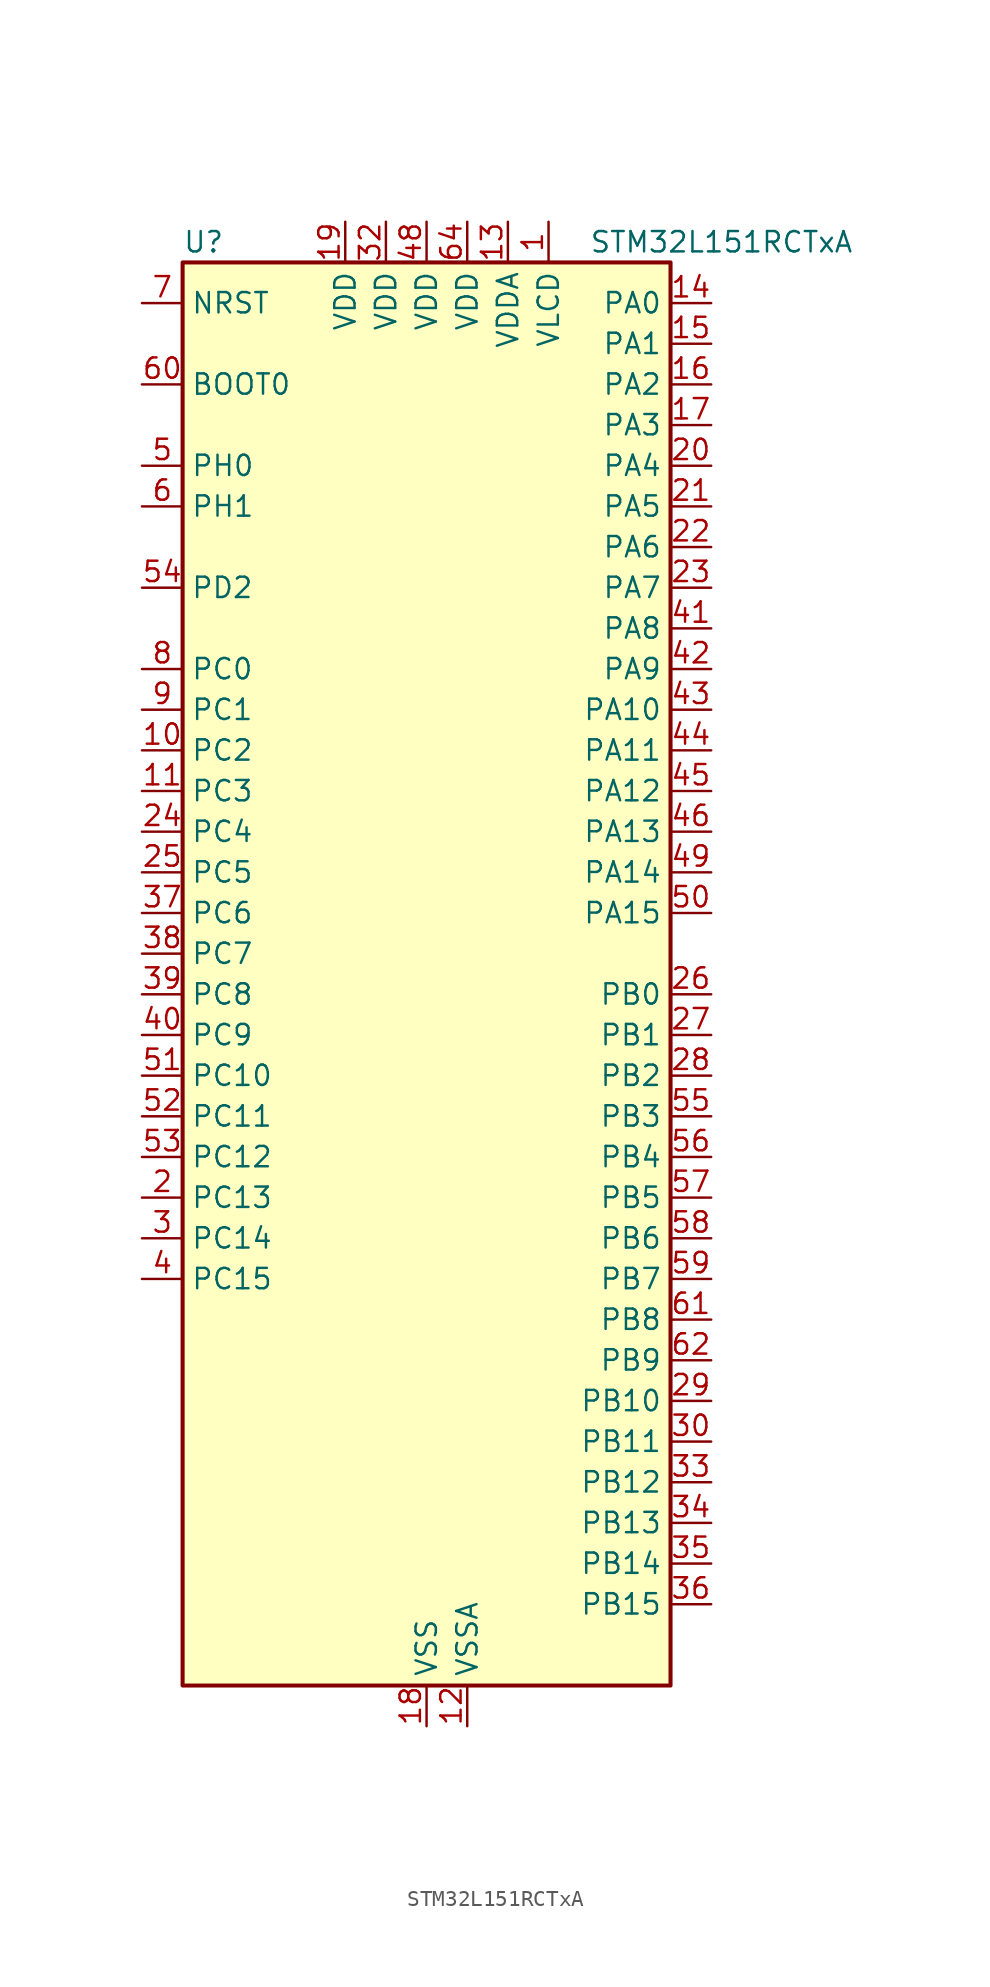
<source format=kicad_sym>
(kicad_symbol_lib
  (version 20231120)
  (generator "kicad-library-utils")
  (generator_version "8.0")
  (symbol "STM32L151RCTxA"
    (property "Reference" "U"
      (at -15.24 46.99 0)
      (effects (font (size 1.27 1.27)) (justify left)))
    (property "Value" "STM32L151RCTxA"
      (at 10.16 46.99 0)
      (effects (font (size 1.27 1.27)) (justify left)))
    (symbol "STM32L151RCTxA_0_1"
      (rectangle (start -15.24 -43.18) (end 15.24 45.72) (stroke (width 0.254) (type default)) (fill (type background))))
    (symbol "STM32L151RCTxA_1_1"
      (pin power_in line (at 7.62 48.26 270) (length 2.54) (name "VLCD" (effects (font (size 1.27 1.27)))) (number "1" (effects (font (size 1.27 1.27)))))
      (pin bidirectional line (at -17.78 15.24 0) (length 2.54) (name "PC2" (effects (font (size 1.27 1.27)))) (number "10" (effects (font (size 1.27 1.27)))) (alternate "ADC_IN12" bidirectional line) (alternate "COMP1_INP" bidirectional line) (alternate "TIMX_IC3" bidirectional line) (alternate "TS_G8_IO3" bidirectional line))
      (pin bidirectional line (at -17.78 12.7 0) (length 2.54) (name "PC3" (effects (font (size 1.27 1.27)))) (number "11" (effects (font (size 1.27 1.27)))) (alternate "ADC_IN13" bidirectional line) (alternate "COMP1_INP" bidirectional line) (alternate "TIMX_IC4" bidirectional line) (alternate "TS_G8_IO4" bidirectional line))
      (pin power_in line (at 2.54 -45.72 90) (length 2.54) (name "VSSA" (effects (font (size 1.27 1.27)))) (number "12" (effects (font (size 1.27 1.27)))))
      (pin power_in line (at 5.08 48.26 270) (length 2.54) (name "VDDA" (effects (font (size 1.27 1.27)))) (number "13" (effects (font (size 1.27 1.27)))))
      (pin bidirectional line (at 17.78 43.18 180) (length 2.54) (name "PA0" (effects (font (size 1.27 1.27)))) (number "14" (effects (font (size 1.27 1.27)))) (alternate "ADC_IN0" bidirectional line) (alternate "COMP1_INP" bidirectional line) (alternate "RTC_TAMP2" bidirectional line) (alternate "SYS_WKUP1" bidirectional line) (alternate "TIM2_CH1" bidirectional line) (alternate "TIM2_ETR" bidirectional line) (alternate "TIM5_CH1" bidirectional line) (alternate "TIMX_IC1" bidirectional line) (alternate "TS_G1_IO1" bidirectional line) (alternate "USART2_CTS" bidirectional line))
      (pin bidirectional line (at 17.78 40.64 180) (length 2.54) (name "PA1" (effects (font (size 1.27 1.27)))) (number "15" (effects (font (size 1.27 1.27)))) (alternate "ADC_IN1" bidirectional line) (alternate "COMP1_INP" bidirectional line) (alternate "OPAMP1_VINP" bidirectional line) (alternate "TIM2_CH2" bidirectional line) (alternate "TIM5_CH2" bidirectional line) (alternate "TIMX_IC2" bidirectional line) (alternate "TS_G1_IO2" bidirectional line) (alternate "USART2_RTS" bidirectional line))
      (pin bidirectional line (at 17.78 38.1 180) (length 2.54) (name "PA2" (effects (font (size 1.27 1.27)))) (number "16" (effects (font (size 1.27 1.27)))) (alternate "ADC_IN2" bidirectional line) (alternate "COMP1_INP" bidirectional line) (alternate "OPAMP1_VINM" bidirectional line) (alternate "TIM2_CH3" bidirectional line) (alternate "TIM5_CH3" bidirectional line) (alternate "TIM9_CH1" bidirectional line) (alternate "TIMX_IC3" bidirectional line) (alternate "TS_G1_IO3" bidirectional line) (alternate "USART2_TX" bidirectional line))
      (pin bidirectional line (at 17.78 35.56 180) (length 2.54) (name "PA3" (effects (font (size 1.27 1.27)))) (number "17" (effects (font (size 1.27 1.27)))) (alternate "ADC_IN3" bidirectional line) (alternate "COMP1_INP" bidirectional line) (alternate "OPAMP1_VOUT" bidirectional line) (alternate "TIM2_CH4" bidirectional line) (alternate "TIM5_CH4" bidirectional line) (alternate "TIM9_CH2" bidirectional line) (alternate "TIMX_IC4" bidirectional line) (alternate "TS_G1_IO4" bidirectional line) (alternate "USART2_RX" bidirectional line))
      (pin power_in line (at 0 -45.72 90) (length 2.54) (name "VSS" (effects (font (size 1.27 1.27)))) (number "18" (effects (font (size 1.27 1.27)))))
      (pin power_in line (at -5.08 48.26 270) (length 2.54) (name "VDD" (effects (font (size 1.27 1.27)))) (number "19" (effects (font (size 1.27 1.27)))))
      (pin bidirectional line (at -17.78 -12.7 0) (length 2.54) (name "PC13" (effects (font (size 1.27 1.27)))) (number "2" (effects (font (size 1.27 1.27)))) (alternate "RTC_OUT_ALARM" bidirectional line) (alternate "RTC_OUT_CALIB" bidirectional line) (alternate "RTC_TAMP1" bidirectional line) (alternate "RTC_TS" bidirectional line) (alternate "SYS_WKUP2" bidirectional line) (alternate "TIMX_IC2" bidirectional line))
      (pin bidirectional line (at 17.78 33.02 180) (length 2.54) (name "PA4" (effects (font (size 1.27 1.27)))) (number "20" (effects (font (size 1.27 1.27)))) (alternate "ADC_IN4" bidirectional line) (alternate "COMP1_INP" bidirectional line) (alternate "DAC_OUT1" bidirectional line) (alternate "I2S3_WS" bidirectional line) (alternate "SPI1_NSS" bidirectional line) (alternate "SPI3_NSS" bidirectional line) (alternate "TIMX_IC1" bidirectional line) (alternate "USART2_CK" bidirectional line))
      (pin bidirectional line (at 17.78 30.48 180) (length 2.54) (name "PA5" (effects (font (size 1.27 1.27)))) (number "21" (effects (font (size 1.27 1.27)))) (alternate "ADC_IN5" bidirectional line) (alternate "COMP1_INP" bidirectional line) (alternate "DAC_OUT2" bidirectional line) (alternate "SPI1_SCK" bidirectional line) (alternate "TIM2_CH1" bidirectional line) (alternate "TIM2_ETR" bidirectional line) (alternate "TIMX_IC2" bidirectional line))
      (pin bidirectional line (at 17.78 27.94 180) (length 2.54) (name "PA6" (effects (font (size 1.27 1.27)))) (number "22" (effects (font (size 1.27 1.27)))) (alternate "ADC_IN6" bidirectional line) (alternate "COMP1_INP" bidirectional line) (alternate "OPAMP2_VINP" bidirectional line) (alternate "SPI1_MISO" bidirectional line) (alternate "TIM10_CH1" bidirectional line) (alternate "TIM3_CH1" bidirectional line) (alternate "TIMX_IC3" bidirectional line) (alternate "TS_G2_IO1" bidirectional line))
      (pin bidirectional line (at 17.78 25.4 180) (length 2.54) (name "PA7" (effects (font (size 1.27 1.27)))) (number "23" (effects (font (size 1.27 1.27)))) (alternate "ADC_IN7" bidirectional line) (alternate "COMP1_INP" bidirectional line) (alternate "OPAMP2_VINM" bidirectional line) (alternate "SPI1_MOSI" bidirectional line) (alternate "TIM11_CH1" bidirectional line) (alternate "TIM3_CH2" bidirectional line) (alternate "TIMX_IC4" bidirectional line) (alternate "TS_G2_IO2" bidirectional line))
      (pin bidirectional line (at -17.78 10.16 0) (length 2.54) (name "PC4" (effects (font (size 1.27 1.27)))) (number "24" (effects (font (size 1.27 1.27)))) (alternate "ADC_IN14" bidirectional line) (alternate "COMP1_INP" bidirectional line) (alternate "TIMX_IC1" bidirectional line) (alternate "TS_G9_IO1" bidirectional line))
      (pin bidirectional line (at -17.78 7.62 0) (length 2.54) (name "PC5" (effects (font (size 1.27 1.27)))) (number "25" (effects (font (size 1.27 1.27)))) (alternate "ADC_IN15" bidirectional line) (alternate "COMP1_INP" bidirectional line) (alternate "TIMX_IC2" bidirectional line) (alternate "TS_G9_IO2" bidirectional line))
      (pin bidirectional line (at 17.78 0 180) (length 2.54) (name "PB0" (effects (font (size 1.27 1.27)))) (number "26" (effects (font (size 1.27 1.27)))) (alternate "ADC_IN8" bidirectional line) (alternate "COMP1_INP" bidirectional line) (alternate "OPAMP2_VOUT" bidirectional line) (alternate "SYS_V_REF_OUT" bidirectional line) (alternate "TIM3_CH3" bidirectional line) (alternate "TS_G3_IO1" bidirectional line))
      (pin bidirectional line (at 17.78 -2.54 180) (length 2.54) (name "PB1" (effects (font (size 1.27 1.27)))) (number "27" (effects (font (size 1.27 1.27)))) (alternate "ADC_IN9" bidirectional line) (alternate "COMP1_INP" bidirectional line) (alternate "SYS_V_REF_OUT" bidirectional line) (alternate "TIM3_CH4" bidirectional line) (alternate "TS_G3_IO2" bidirectional line))
      (pin bidirectional line (at 17.78 -5.08 180) (length 2.54) (name "PB2" (effects (font (size 1.27 1.27)))) (number "28" (effects (font (size 1.27 1.27)))) (alternate "TS_G3_IO3" bidirectional line))
      (pin bidirectional line (at 17.78 -25.4 180) (length 2.54) (name "PB10" (effects (font (size 1.27 1.27)))) (number "29" (effects (font (size 1.27 1.27)))) (alternate "I2C2_SCL" bidirectional line) (alternate "TIM2_CH3" bidirectional line) (alternate "USART3_TX" bidirectional line))
      (pin bidirectional line (at -17.78 -15.24 0) (length 2.54) (name "PC14" (effects (font (size 1.27 1.27)))) (number "3" (effects (font (size 1.27 1.27)))) (alternate "RCC_OSC32_IN" bidirectional line) (alternate "TIMX_IC3" bidirectional line))
      (pin bidirectional line (at 17.78 -27.94 180) (length 2.54) (name "PB11" (effects (font (size 1.27 1.27)))) (number "30" (effects (font (size 1.27 1.27)))) (alternate "ADC_EXTI11" bidirectional line) (alternate "I2C2_SDA" bidirectional line) (alternate "TIM2_CH4" bidirectional line) (alternate "USART3_RX" bidirectional line))
      (pin passive line (at 0 -45.72 90) (length 2.54) hide (name "VSS" (effects (font (size 1.27 1.27)))) (number "31" (effects (font (size 1.27 1.27)))))
      (pin power_in line (at -2.54 48.26 270) (length 2.54) (name "VDD" (effects (font (size 1.27 1.27)))) (number "32" (effects (font (size 1.27 1.27)))))
      (pin bidirectional line (at 17.78 -30.48 180) (length 2.54) (name "PB12" (effects (font (size 1.27 1.27)))) (number "33" (effects (font (size 1.27 1.27)))) (alternate "ADC_IN18" bidirectional line) (alternate "COMP1_INP" bidirectional line) (alternate "I2C2_SMBA" bidirectional line) (alternate "I2S2_WS" bidirectional line) (alternate "SPI2_NSS" bidirectional line) (alternate "TIM10_CH1" bidirectional line) (alternate "TS_G7_IO1" bidirectional line) (alternate "USART3_CK" bidirectional line))
      (pin bidirectional line (at 17.78 -33.02 180) (length 2.54) (name "PB13" (effects (font (size 1.27 1.27)))) (number "34" (effects (font (size 1.27 1.27)))) (alternate "ADC_IN19" bidirectional line) (alternate "COMP1_INP" bidirectional line) (alternate "I2S2_CK" bidirectional line) (alternate "SPI2_SCK" bidirectional line) (alternate "TIM9_CH1" bidirectional line) (alternate "TS_G7_IO2" bidirectional line) (alternate "USART3_CTS" bidirectional line))
      (pin bidirectional line (at 17.78 -35.56 180) (length 2.54) (name "PB14" (effects (font (size 1.27 1.27)))) (number "35" (effects (font (size 1.27 1.27)))) (alternate "ADC_IN20" bidirectional line) (alternate "COMP1_INP" bidirectional line) (alternate "SPI2_MISO" bidirectional line) (alternate "TIM9_CH2" bidirectional line) (alternate "TS_G7_IO3" bidirectional line) (alternate "USART3_RTS" bidirectional line))
      (pin bidirectional line (at 17.78 -38.1 180) (length 2.54) (name "PB15" (effects (font (size 1.27 1.27)))) (number "36" (effects (font (size 1.27 1.27)))) (alternate "ADC_EXTI15" bidirectional line) (alternate "ADC_IN21" bidirectional line) (alternate "COMP1_INP" bidirectional line) (alternate "I2S2_SD" bidirectional line) (alternate "RTC_REFIN" bidirectional line) (alternate "SPI2_MOSI" bidirectional line) (alternate "TIM11_CH1" bidirectional line) (alternate "TS_G7_IO4" bidirectional line))
      (pin bidirectional line (at -17.78 5.08 0) (length 2.54) (name "PC6" (effects (font (size 1.27 1.27)))) (number "37" (effects (font (size 1.27 1.27)))) (alternate "I2S2_MCK" bidirectional line) (alternate "TIM3_CH1" bidirectional line) (alternate "TIMX_IC3" bidirectional line) (alternate "TS_G10_IO1" bidirectional line))
      (pin bidirectional line (at -17.78 2.54 0) (length 2.54) (name "PC7" (effects (font (size 1.27 1.27)))) (number "38" (effects (font (size 1.27 1.27)))) (alternate "I2S3_MCK" bidirectional line) (alternate "TIM3_CH2" bidirectional line) (alternate "TIMX_IC4" bidirectional line) (alternate "TS_G10_IO2" bidirectional line))
      (pin bidirectional line (at -17.78 0 0) (length 2.54) (name "PC8" (effects (font (size 1.27 1.27)))) (number "39" (effects (font (size 1.27 1.27)))) (alternate "TIM3_CH3" bidirectional line) (alternate "TIMX_IC1" bidirectional line) (alternate "TS_G10_IO3" bidirectional line))
      (pin bidirectional line (at -17.78 -17.78 0) (length 2.54) (name "PC15" (effects (font (size 1.27 1.27)))) (number "4" (effects (font (size 1.27 1.27)))) (alternate "ADC_EXTI15" bidirectional line) (alternate "RCC_OSC32_OUT" bidirectional line) (alternate "TIMX_IC4" bidirectional line))
      (pin bidirectional line (at -17.78 -2.54 0) (length 2.54) (name "PC9" (effects (font (size 1.27 1.27)))) (number "40" (effects (font (size 1.27 1.27)))) (alternate "DAC_EXTI9" bidirectional line) (alternate "TIM3_CH4" bidirectional line) (alternate "TIMX_IC2" bidirectional line) (alternate "TS_G10_IO4" bidirectional line))
      (pin bidirectional line (at 17.78 22.86 180) (length 2.54) (name "PA8" (effects (font (size 1.27 1.27)))) (number "41" (effects (font (size 1.27 1.27)))) (alternate "RCC_MCO" bidirectional line) (alternate "TIMX_IC1" bidirectional line) (alternate "TS_G4_IO1" bidirectional line) (alternate "USART1_CK" bidirectional line))
      (pin bidirectional line (at 17.78 20.32 180) (length 2.54) (name "PA9" (effects (font (size 1.27 1.27)))) (number "42" (effects (font (size 1.27 1.27)))) (alternate "DAC_EXTI9" bidirectional line) (alternate "TIMX_IC2" bidirectional line) (alternate "TS_G4_IO2" bidirectional line) (alternate "USART1_TX" bidirectional line))
      (pin bidirectional line (at 17.78 17.78 180) (length 2.54) (name "PA10" (effects (font (size 1.27 1.27)))) (number "43" (effects (font (size 1.27 1.27)))) (alternate "TIMX_IC3" bidirectional line) (alternate "TS_G4_IO3" bidirectional line) (alternate "USART1_RX" bidirectional line))
      (pin bidirectional line (at 17.78 15.24 180) (length 2.54) (name "PA11" (effects (font (size 1.27 1.27)))) (number "44" (effects (font (size 1.27 1.27)))) (alternate "ADC_EXTI11" bidirectional line) (alternate "SPI1_MISO" bidirectional line) (alternate "TIMX_IC4" bidirectional line) (alternate "USART1_CTS" bidirectional line) (alternate "USB_DM" bidirectional line))
      (pin bidirectional line (at 17.78 12.7 180) (length 2.54) (name "PA12" (effects (font (size 1.27 1.27)))) (number "45" (effects (font (size 1.27 1.27)))) (alternate "SPI1_MOSI" bidirectional line) (alternate "TIMX_IC1" bidirectional line) (alternate "USART1_RTS" bidirectional line) (alternate "USB_DP" bidirectional line))
      (pin bidirectional line (at 17.78 10.16 180) (length 2.54) (name "PA13" (effects (font (size 1.27 1.27)))) (number "46" (effects (font (size 1.27 1.27)))) (alternate "SYS_JTMS-SWDIO" bidirectional line) (alternate "TIMX_IC2" bidirectional line) (alternate "TS_G5_IO1" bidirectional line))
      (pin passive line (at 0 -45.72 90) (length 2.54) hide (name "VSS" (effects (font (size 1.27 1.27)))) (number "47" (effects (font (size 1.27 1.27)))))
      (pin power_in line (at 0 48.26 270) (length 2.54) (name "VDD" (effects (font (size 1.27 1.27)))) (number "48" (effects (font (size 1.27 1.27)))))
      (pin bidirectional line (at 17.78 7.62 180) (length 2.54) (name "PA14" (effects (font (size 1.27 1.27)))) (number "49" (effects (font (size 1.27 1.27)))) (alternate "SYS_JTCK-SWCLK" bidirectional line) (alternate "TIMX_IC3" bidirectional line) (alternate "TS_G5_IO2" bidirectional line))
      (pin bidirectional line (at -17.78 33.02 0) (length 2.54) (name "PH0" (effects (font (size 1.27 1.27)))) (number "5" (effects (font (size 1.27 1.27)))) (alternate "RCC_OSC_IN" bidirectional line))
      (pin bidirectional line (at 17.78 5.08 180) (length 2.54) (name "PA15" (effects (font (size 1.27 1.27)))) (number "50" (effects (font (size 1.27 1.27)))) (alternate "ADC_EXTI15" bidirectional line) (alternate "I2S3_WS" bidirectional line) (alternate "SPI1_NSS" bidirectional line) (alternate "SPI3_NSS" bidirectional line) (alternate "SYS_JTDI" bidirectional line) (alternate "TIM2_CH1" bidirectional line) (alternate "TIM2_ETR" bidirectional line) (alternate "TIMX_IC4" bidirectional line) (alternate "TS_G5_IO3" bidirectional line))
      (pin bidirectional line (at -17.78 -5.08 0) (length 2.54) (name "PC10" (effects (font (size 1.27 1.27)))) (number "51" (effects (font (size 1.27 1.27)))) (alternate "I2S3_CK" bidirectional line) (alternate "SPI3_SCK" bidirectional line) (alternate "TIMX_IC3" bidirectional line) (alternate "USART3_TX" bidirectional line))
      (pin bidirectional line (at -17.78 -7.62 0) (length 2.54) (name "PC11" (effects (font (size 1.27 1.27)))) (number "52" (effects (font (size 1.27 1.27)))) (alternate "ADC_EXTI11" bidirectional line) (alternate "SPI3_MISO" bidirectional line) (alternate "TIMX_IC4" bidirectional line) (alternate "USART3_RX" bidirectional line))
      (pin bidirectional line (at -17.78 -10.16 0) (length 2.54) (name "PC12" (effects (font (size 1.27 1.27)))) (number "53" (effects (font (size 1.27 1.27)))) (alternate "I2S3_SD" bidirectional line) (alternate "SPI3_MOSI" bidirectional line) (alternate "TIMX_IC1" bidirectional line) (alternate "USART3_CK" bidirectional line))
      (pin bidirectional line (at -17.78 25.4 0) (length 2.54) (name "PD2" (effects (font (size 1.27 1.27)))) (number "54" (effects (font (size 1.27 1.27)))) (alternate "TIM3_ETR" bidirectional line) (alternate "TIMX_IC3" bidirectional line))
      (pin bidirectional line (at 17.78 -7.62 180) (length 2.54) (name "PB3" (effects (font (size 1.27 1.27)))) (number "55" (effects (font (size 1.27 1.27)))) (alternate "COMP2_INM" bidirectional line) (alternate "I2S3_CK" bidirectional line) (alternate "SPI1_SCK" bidirectional line) (alternate "SPI3_SCK" bidirectional line) (alternate "SYS_JTDO-TRACESWO" bidirectional line) (alternate "TIM2_CH2" bidirectional line))
      (pin bidirectional line (at 17.78 -10.16 180) (length 2.54) (name "PB4" (effects (font (size 1.27 1.27)))) (number "56" (effects (font (size 1.27 1.27)))) (alternate "COMP2_INP" bidirectional line) (alternate "SPI1_MISO" bidirectional line) (alternate "SPI3_MISO" bidirectional line) (alternate "SYS_JTRST" bidirectional line) (alternate "TIM3_CH1" bidirectional line) (alternate "TS_G6_IO1" bidirectional line))
      (pin bidirectional line (at 17.78 -12.7 180) (length 2.54) (name "PB5" (effects (font (size 1.27 1.27)))) (number "57" (effects (font (size 1.27 1.27)))) (alternate "COMP2_INP" bidirectional line) (alternate "I2C1_SMBA" bidirectional line) (alternate "I2S3_SD" bidirectional line) (alternate "SPI1_MOSI" bidirectional line) (alternate "SPI3_MOSI" bidirectional line) (alternate "TIM3_CH2" bidirectional line) (alternate "TS_G6_IO2" bidirectional line))
      (pin bidirectional line (at 17.78 -15.24 180) (length 2.54) (name "PB6" (effects (font (size 1.27 1.27)))) (number "58" (effects (font (size 1.27 1.27)))) (alternate "COMP2_INP" bidirectional line) (alternate "I2C1_SCL" bidirectional line) (alternate "TIM4_CH1" bidirectional line) (alternate "TS_G6_IO3" bidirectional line) (alternate "USART1_TX" bidirectional line))
      (pin bidirectional line (at 17.78 -17.78 180) (length 2.54) (name "PB7" (effects (font (size 1.27 1.27)))) (number "59" (effects (font (size 1.27 1.27)))) (alternate "COMP2_INP" bidirectional line) (alternate "I2C1_SDA" bidirectional line) (alternate "SYS_PVD_IN" bidirectional line) (alternate "TIM4_CH2" bidirectional line) (alternate "TS_G6_IO4" bidirectional line) (alternate "USART1_RX" bidirectional line))
      (pin bidirectional line (at -17.78 30.48 0) (length 2.54) (name "PH1" (effects (font (size 1.27 1.27)))) (number "6" (effects (font (size 1.27 1.27)))) (alternate "RCC_OSC_OUT" bidirectional line))
      (pin input line (at -17.78 38.1 0) (length 2.54) (name "BOOT0" (effects (font (size 1.27 1.27)))) (number "60" (effects (font (size 1.27 1.27)))))
      (pin bidirectional line (at 17.78 -20.32 180) (length 2.54) (name "PB8" (effects (font (size 1.27 1.27)))) (number "61" (effects (font (size 1.27 1.27)))) (alternate "I2C1_SCL" bidirectional line) (alternate "TIM10_CH1" bidirectional line) (alternate "TIM4_CH3" bidirectional line))
      (pin bidirectional line (at 17.78 -22.86 180) (length 2.54) (name "PB9" (effects (font (size 1.27 1.27)))) (number "62" (effects (font (size 1.27 1.27)))) (alternate "DAC_EXTI9" bidirectional line) (alternate "I2C1_SDA" bidirectional line) (alternate "TIM11_CH1" bidirectional line) (alternate "TIM4_CH4" bidirectional line))
      (pin passive line (at 0 -45.72 90) (length 2.54) hide (name "VSS" (effects (font (size 1.27 1.27)))) (number "63" (effects (font (size 1.27 1.27)))))
      (pin power_in line (at 2.54 48.26 270) (length 2.54) (name "VDD" (effects (font (size 1.27 1.27)))) (number "64" (effects (font (size 1.27 1.27)))))
      (pin input line (at -17.78 43.18 0) (length 2.54) (name "NRST" (effects (font (size 1.27 1.27)))) (number "7" (effects (font (size 1.27 1.27)))))
      (pin bidirectional line (at -17.78 20.32 0) (length 2.54) (name "PC0" (effects (font (size 1.27 1.27)))) (number "8" (effects (font (size 1.27 1.27)))) (alternate "ADC_IN10" bidirectional line) (alternate "COMP1_INP" bidirectional line) (alternate "TIMX_IC1" bidirectional line) (alternate "TS_G8_IO1" bidirectional line))
      (pin bidirectional line (at -17.78 17.78 0) (length 2.54) (name "PC1" (effects (font (size 1.27 1.27)))) (number "9" (effects (font (size 1.27 1.27)))) (alternate "ADC_IN11" bidirectional line) (alternate "COMP1_INP" bidirectional line) (alternate "TIMX_IC2" bidirectional line) (alternate "TS_G8_IO2" bidirectional line)))))
</source>
